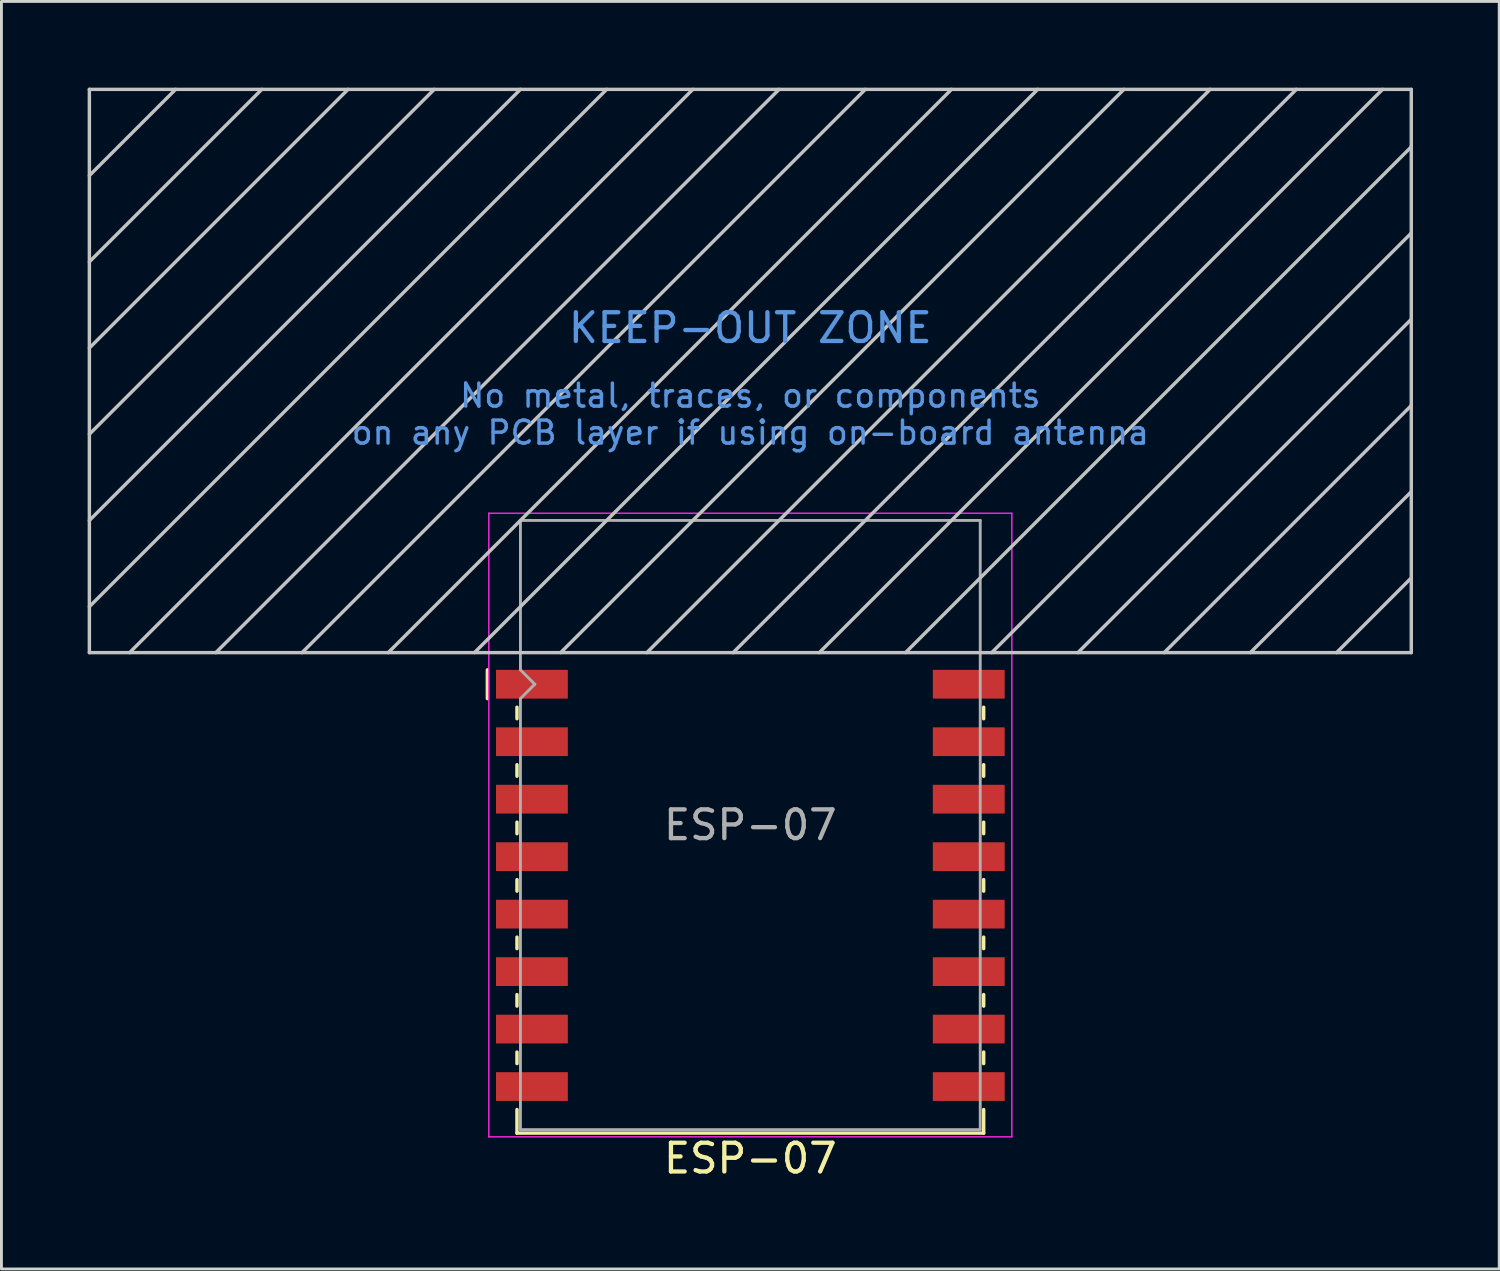
<source format=kicad_pcb>
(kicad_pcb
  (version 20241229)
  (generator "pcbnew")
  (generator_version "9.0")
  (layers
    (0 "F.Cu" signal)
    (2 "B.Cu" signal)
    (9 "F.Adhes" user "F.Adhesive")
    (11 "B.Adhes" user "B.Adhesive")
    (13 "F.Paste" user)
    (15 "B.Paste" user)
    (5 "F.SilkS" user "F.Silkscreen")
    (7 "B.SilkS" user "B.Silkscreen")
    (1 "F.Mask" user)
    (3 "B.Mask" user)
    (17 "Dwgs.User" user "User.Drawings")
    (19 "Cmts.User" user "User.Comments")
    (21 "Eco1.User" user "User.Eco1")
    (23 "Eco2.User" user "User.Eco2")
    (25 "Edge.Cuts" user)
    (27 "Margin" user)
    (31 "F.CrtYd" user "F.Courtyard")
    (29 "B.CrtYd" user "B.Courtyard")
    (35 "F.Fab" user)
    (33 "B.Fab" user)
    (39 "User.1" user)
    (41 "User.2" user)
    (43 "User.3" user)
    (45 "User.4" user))
  (footprint "ESP-07"
    (layer "F.Cu")
    (at 23.06 25.66)
    (property "Reference" "ESP-07" (at 0 11.6 0) (layer "F.SilkS") (effects (font (size 1 1) (thickness 0.15))))
    (attr smd)
    (fp_line (start -9.15 -5.4) (end -9.15 -4.4) (stroke (width 0.12) (type solid)) (layer "F.SilkS"))
    (fp_line (start -8.12 -3.7) (end -8.12 -4.1) (stroke (width 0.12) (type solid)) (layer "F.SilkS"))
    (fp_line (start -8.12 -1.7) (end -8.12 -2.1) (stroke (width 0.12) (type solid)) (layer "F.SilkS"))
    (fp_line (start -8.12 0.3) (end -8.12 -0.1) (stroke (width 0.12) (type solid)) (layer "F.SilkS"))
    (fp_line (start -8.12 2.3) (end -8.12 1.9) (stroke (width 0.12) (type solid)) (layer "F.SilkS"))
    (fp_line (start -8.12 4.3) (end -8.12 3.9) (stroke (width 0.12) (type solid)) (layer "F.SilkS"))
    (fp_line (start -8.12 6.3) (end -8.12 5.9) (stroke (width 0.12) (type solid)) (layer "F.SilkS"))
    (fp_line (start -8.12 8.3) (end -8.12 7.9) (stroke (width 0.12) (type solid)) (layer "F.SilkS"))
    (fp_line (start -8.12 10.72) (end -8.12 9.9) (stroke (width 0.12) (type solid)) (layer "F.SilkS"))
    (fp_line (start 8.12 -3.7) (end 8.12 -4.1) (stroke (width 0.12) (type solid)) (layer "F.SilkS"))
    (fp_line (start 8.12 -1.7) (end 8.12 -2.1) (stroke (width 0.12) (type solid)) (layer "F.SilkS"))
    (fp_line (start 8.12 0.3) (end 8.12 -0.1) (stroke (width 0.12) (type solid)) (layer "F.SilkS"))
    (fp_line (start 8.12 2.3) (end 8.12 1.9) (stroke (width 0.12) (type solid)) (layer "F.SilkS"))
    (fp_line (start 8.12 4.3) (end 8.12 3.9) (stroke (width 0.12) (type solid)) (layer "F.SilkS"))
    (fp_line (start 8.12 6.3) (end 8.12 5.9) (stroke (width 0.12) (type solid)) (layer "F.SilkS"))
    (fp_line (start 8.12 8.3) (end 8.12 7.9) (stroke (width 0.12) (type solid)) (layer "F.SilkS"))
    (fp_line (start 8.12 9.9) (end 8.12 10.72) (stroke (width 0.12) (type solid)) (layer "F.SilkS"))
    (fp_line (start 8.12 10.72) (end -8.12 10.72) (stroke (width 0.12) (type solid)) (layer "F.SilkS"))
    (fp_line (start -23 -25.6) (end -23 -6) (stroke (width 0.12) (type solid)) (layer "Dwgs.User"))
    (fp_line (start -23 -25.6) (end 23 -25.6) (stroke (width 0.12) (type solid)) (layer "Dwgs.User"))
    (fp_line (start -20 -25.6) (end -23 -22.6) (stroke (width 0.12) (type solid)) (layer "Dwgs.User"))
    (fp_line (start -17 -25.6) (end -23 -19.6) (stroke (width 0.12) (type solid)) (layer "Dwgs.User"))
    (fp_line (start -15.6 -6) (end 4 -25.6) (stroke (width 0.12) (type solid)) (layer "Dwgs.User"))
    (fp_line (start -14 -25.6) (end -23 -16.6) (stroke (width 0.12) (type solid)) (layer "Dwgs.User"))
    (fp_line (start -11 -25.6) (end -23 -13.6) (stroke (width 0.12) (type solid)) (layer "Dwgs.User"))
    (fp_line (start -8 -25.6) (end -23 -10.6) (stroke (width 0.12) (type solid)) (layer "Dwgs.User"))
    (fp_line (start -6.6 -6) (end 13 -25.6) (stroke (width 0.12) (type solid)) (layer "Dwgs.User"))
    (fp_line (start -5 -25.6) (end -23 -7.6) (stroke (width 0.12) (type solid)) (layer "Dwgs.User"))
    (fp_line (start -2 -25.6) (end -21.6 -6) (stroke (width 0.12) (type solid)) (layer "Dwgs.User"))
    (fp_line (start 1 -25.6) (end -18.6 -6) (stroke (width 0.12) (type solid)) (layer "Dwgs.User"))
    (fp_line (start 2.4 -6) (end 22 -25.6) (stroke (width 0.12) (type solid)) (layer "Dwgs.User"))
    (fp_line (start 5.4 -6) (end 23 -23.6) (stroke (width 0.12) (type solid)) (layer "Dwgs.User"))
    (fp_line (start 7 -25.6) (end -12.6 -6) (stroke (width 0.12) (type solid)) (layer "Dwgs.User"))
    (fp_line (start 10 -25.6) (end -9.6 -6) (stroke (width 0.12) (type solid)) (layer "Dwgs.User"))
    (fp_line (start 16 -25.6) (end -3.6 -6) (stroke (width 0.12) (type solid)) (layer "Dwgs.User"))
    (fp_line (start 19 -25.6) (end -0.6 -6) (stroke (width 0.12) (type solid)) (layer "Dwgs.User"))
    (fp_line (start 23 -20.6) (end 8.4 -6) (stroke (width 0.12) (type solid)) (layer "Dwgs.User"))
    (fp_line (start 23 -17.6) (end 11.4 -6) (stroke (width 0.12) (type solid)) (layer "Dwgs.User"))
    (fp_line (start 23 -14.6) (end 14.4 -6) (stroke (width 0.12) (type solid)) (layer "Dwgs.User"))
    (fp_line (start 23 -11.6) (end 17.4 -6) (stroke (width 0.12) (type solid)) (layer "Dwgs.User"))
    (fp_line (start 23 -8.6) (end 20.4 -6) (stroke (width 0.12) (type solid)) (layer "Dwgs.User"))
    (fp_line (start 23 -6) (end -23 -6) (stroke (width 0.12) (type solid)) (layer "Dwgs.User"))
    (fp_line (start 23 -6) (end 23 -25.6) (stroke (width 0.12) (type solid)) (layer "Dwgs.User"))
    (fp_line (start -9.1 -10.85) (end 9.1 -10.85) (stroke (width 0.05) (type solid)) (layer "F.CrtYd"))
    (fp_line (start -9.1 10.85) (end -9.1 -10.85) (stroke (width 0.05) (type solid)) (layer "F.CrtYd"))
    (fp_line (start 9.1 -10.85) (end 9.1 10.85) (stroke (width 0.05) (type solid)) (layer "F.CrtYd"))
    (fp_line (start 9.1 10.85) (end -9.1 10.85) (stroke (width 0.05) (type solid)) (layer "F.CrtYd"))
    (fp_line (start -8 -10.6) (end 8 -10.6) (stroke (width 0.1) (type solid)) (layer "F.Fab"))
    (fp_line (start -8 -5.4) (end -8 -10.6) (stroke (width 0.1) (type solid)) (layer "F.Fab"))
    (fp_line (start -8 -4.4) (end -7.5 -4.9) (stroke (width 0.1) (type solid)) (layer "F.Fab"))
    (fp_line (start -8 10.6) (end -8 -4.4) (stroke (width 0.1) (type solid)) (layer "F.Fab"))
    (fp_line (start -7.5 -4.9) (end -8 -5.4) (stroke (width 0.1) (type solid)) (layer "F.Fab"))
    (fp_line (start 8 -10.6) (end 8 10.6) (stroke (width 0.1) (type solid)) (layer "F.Fab"))
    (fp_line (start 8 10.6) (end -8 10.6) (stroke (width 0.1) (type solid)) (layer "F.Fab"))
    (fp_text user "No metal, traces, or components\non any PCB layer if using on-board antenna" (at 0 -14.3 180) (layer "Cmts.User") (effects (font (size 0.8 0.8) (thickness 0.12))))
    (fp_text user "KEEP-OUT ZONE" (at 0 -17.3 180) (layer "Cmts.User") (effects (font (size 1 1) (thickness 0.15))))
    (fp_text user "${REFERENCE}" (at 0 0 0) (layer "F.Fab") (effects (font (size 1 1) (thickness 0.15))))
    (pad "1" smd rect (at -7.6 -4.9) (size 2.5 1) (layers "F.Cu" "F.Mask" "F.Paste"))
    (pad "2" smd rect (at -7.6 -2.9) (size 2.5 1) (layers "F.Cu" "F.Mask" "F.Paste"))
    (pad "3" smd rect (at -7.6 -0.9) (size 2.5 1) (layers "F.Cu" "F.Mask" "F.Paste"))
    (pad "4" smd rect (at -7.6 1.1) (size 2.5 1) (layers "F.Cu" "F.Mask" "F.Paste"))
    (pad "5" smd rect (at -7.6 3.1) (size 2.5 1) (layers "F.Cu" "F.Mask" "F.Paste"))
    (pad "6" smd rect (at -7.6 5.1) (size 2.5 1) (layers "F.Cu" "F.Mask" "F.Paste"))
    (pad "7" smd rect (at -7.6 7.1) (size 2.5 1) (layers "F.Cu" "F.Mask" "F.Paste"))
    (pad "8" smd rect (at -7.6 9.1) (size 2.5 1) (layers "F.Cu" "F.Mask" "F.Paste"))
    (pad "9" smd rect (at 7.6 9.1) (size 2.5 1) (layers "F.Cu" "F.Mask" "F.Paste"))
    (pad "10" smd rect (at 7.6 7.1) (size 2.5 1) (layers "F.Cu" "F.Mask" "F.Paste"))
    (pad "11" smd rect (at 7.6 5.1) (size 2.5 1) (layers "F.Cu" "F.Mask" "F.Paste"))
    (pad "12" smd rect (at 7.6 3.1) (size 2.5 1) (layers "F.Cu" "F.Mask" "F.Paste"))
    (pad "13" smd rect (at 7.6 1.1) (size 2.5 1) (layers "F.Cu" "F.Mask" "F.Paste"))
    (pad "14" smd rect (at 7.6 -0.9) (size 2.5 1) (layers "F.Cu" "F.Mask" "F.Paste"))
    (pad "15" smd rect (at 7.6 -2.9) (size 2.5 1) (layers "F.Cu" "F.Mask" "F.Paste"))
    (pad "16" smd rect (at 7.6 -4.9) (size 2.5 1) (layers "F.Cu" "F.Mask" "F.Paste")))
  (gr_rect
    (start -3 -3)
    (end 49.12 41.108)
    (stroke (width 0.1) (type default))
    (fill no)
    (layer "Edge.Cuts")))
</source>
